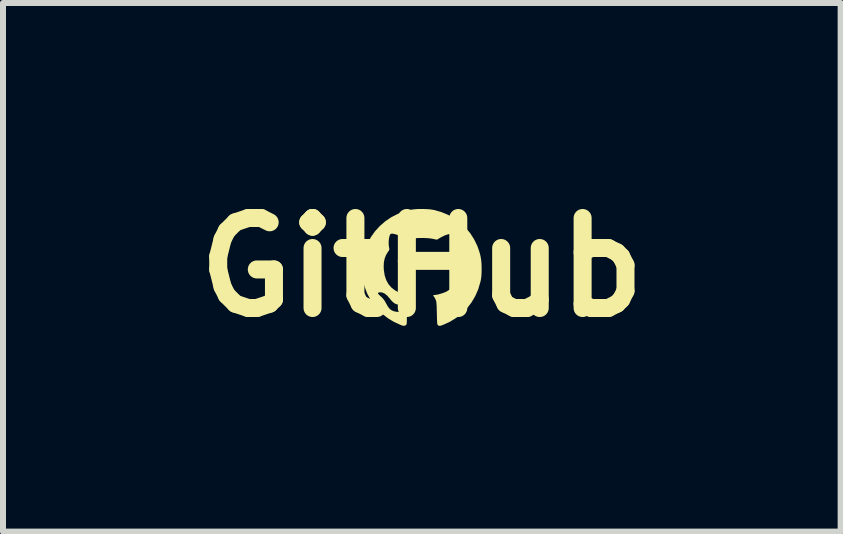
<source format=kicad_pcb>
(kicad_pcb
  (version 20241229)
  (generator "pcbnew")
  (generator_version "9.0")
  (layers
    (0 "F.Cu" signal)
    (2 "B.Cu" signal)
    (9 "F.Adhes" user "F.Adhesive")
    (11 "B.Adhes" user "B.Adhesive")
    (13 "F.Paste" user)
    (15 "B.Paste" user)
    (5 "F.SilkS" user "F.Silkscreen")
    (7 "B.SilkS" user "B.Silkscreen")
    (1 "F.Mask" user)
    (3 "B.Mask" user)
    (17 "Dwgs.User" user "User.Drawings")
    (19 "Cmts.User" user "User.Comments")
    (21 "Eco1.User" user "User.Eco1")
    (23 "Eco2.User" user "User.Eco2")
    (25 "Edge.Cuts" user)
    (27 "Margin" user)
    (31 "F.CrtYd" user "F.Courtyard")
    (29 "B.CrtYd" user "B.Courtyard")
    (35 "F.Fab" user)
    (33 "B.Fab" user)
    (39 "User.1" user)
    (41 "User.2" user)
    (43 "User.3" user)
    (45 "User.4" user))
  (footprint "GitHub"
    (layer "F.Cu")
    (at 3.979 1.404)
    (property "Reference" "GitHub" (at 0 0 0) (layer "F.SilkS") (effects (font (size 1.5 1.5) (thickness 0.3))))
    (attr board_only exclude_from_pos_files exclude_from_bom)
    (fp_poly (pts (xy 0.075 -0.97) (xy 0.145 -0.965) (xy 0.203 -0.955) (xy 0.324 -0.921) (xy 0.438 -0.874) (xy 0.544 -0.814) (xy 0.641 -0.742) (xy 0.728 -0.66) (xy 0.806 -0.568) (xy 0.871 -0.466) (xy 0.924 -0.357) (xy 0.951 -0.281) (xy 0.969 -0.222) (xy 0.981 -0.169) (xy 0.989 -0.116) (xy 0.994 -0.058) (xy 0.996 0.008) (xy 0.996 0.035) (xy 0.995 0.088) (xy 0.993 0.13) (xy 0.99 0.165) (xy 0.985 0.198) (xy 0.978 0.235) (xy 0.974 0.248) (xy 0.939 0.368) (xy 0.889 0.481) (xy 0.827 0.586) (xy 0.753 0.682) (xy 0.667 0.768) (xy 0.571 0.844) (xy 0.464 0.909) (xy 0.356 0.958) (xy 0.324 0.97) (xy 0.302 0.975) (xy 0.286 0.974) (xy 0.272 0.968) (xy 0.269 0.966) (xy 0.264 0.961) (xy 0.261 0.954) (xy 0.258 0.943) (xy 0.255 0.926) (xy 0.254 0.901) (xy 0.252 0.865) (xy 0.251 0.818) (xy 0.25 0.764) (xy 0.248 0.704) (xy 0.247 0.658) (xy 0.245 0.622) (xy 0.243 0.595) (xy 0.241 0.575) (xy 0.237 0.559) (xy 0.232 0.545) (xy 0.227 0.533) (xy 0.215 0.509) (xy 0.204 0.491) (xy 0.198 0.484) (xy 0.188 0.471) (xy 0.193 0.464) (xy 0.212 0.461) (xy 0.213 0.461) (xy 0.246 0.457) (xy 0.288 0.448) (xy 0.334 0.434) (xy 0.379 0.418) (xy 0.416 0.401) (xy 0.481 0.359) (xy 0.535 0.31) (xy 0.576 0.251) (xy 0.606 0.183) (xy 0.626 0.104) (xy 0.634 0.014) (xy 0.635 -0.012) (xy 0.632 -0.077) (xy 0.624 -0.131) (xy 0.609 -0.18) (xy 0.584 -0.227) (xy 0.561 -0.263) (xy 0.547 -0.283) (xy 0.542 -0.298) (xy 0.542 -0.314) (xy 0.547 -0.336) (xy 0.552 -0.375) (xy 0.553 -0.421) (xy 0.549 -0.469) (xy 0.542 -0.511) (xy 0.537 -0.527) (xy 0.526 -0.559) (xy 0.483 -0.558) (xy 0.436 -0.55) (xy 0.38 -0.531) (xy 0.315 -0.498) (xy 0.298 -0.488) (xy 0.25 -0.46) (xy 0.186 -0.474) (xy 0.137 -0.482) (xy 0.077 -0.487) (xy 0.012 -0.489) (xy -0.054 -0.488) (xy -0.117 -0.484) (xy -0.17 -0.477) (xy -0.186 -0.474) (xy -0.251 -0.46) (xy -0.297 -0.489) (xy -0.334 -0.508) (xy -0.375 -0.527) (xy -0.416 -0.543) (xy -0.455 -0.554) (xy -0.485 -0.561) (xy -0.499 -0.561) (xy -0.517 -0.558) (xy -0.528 -0.548) (xy -0.537 -0.528) (xy -0.537 -0.527) (xy -0.546 -0.49) (xy -0.552 -0.444) (xy -0.553 -0.396) (xy -0.55 -0.353) (xy -0.547 -0.336) (xy -0.542 -0.312) (xy -0.542 -0.296) (xy -0.548 -0.281) (xy -0.561 -0.263) (xy -0.596 -0.206) (xy -0.62 -0.146) (xy -0.633 -0.082) (xy -0.636 -0.011) (xy -0.633 0.048) (xy -0.619 0.136) (xy -0.594 0.212) (xy -0.558 0.278) (xy -0.511 0.334) (xy -0.453 0.38) (xy -0.404 0.407) (xy -0.352 0.428) (xy -0.297 0.445) (xy -0.273 0.451) (xy -0.242 0.457) (xy -0.216 0.462) (xy -0.199 0.465) (xy -0.197 0.466) (xy -0.193 0.472) (xy -0.2 0.486) (xy -0.206 0.494) (xy -0.22 0.518) (xy -0.233 0.547) (xy -0.236 0.558) (xy -0.245 0.583) (xy -0.26 0.6) (xy -0.283 0.612) (xy -0.317 0.619) (xy -0.351 0.622) (xy -0.395 0.622) (xy -0.433 0.612) (xy -0.469 0.591) (xy -0.505 0.557) (xy -0.535 0.52) (xy -0.578 0.471) (xy -0.62 0.437) (xy -0.662 0.419) (xy -0.698 0.416) (xy -0.722 0.42) (xy -0.731 0.429) (xy -0.726 0.444) (xy -0.71 0.461) (xy -0.675 0.494) (xy -0.649 0.52) (xy -0.63 0.543) (xy -0.614 0.568) (xy -0.598 0.597) (xy -0.592 0.608) (xy -0.566 0.654) (xy -0.539 0.689) (xy -0.508 0.714) (xy -0.471 0.731) (xy -0.424 0.741) (xy -0.366 0.745) (xy -0.338 0.745) (xy -0.25 0.746) (xy -0.25 0.849) (xy -0.25 0.891) (xy -0.251 0.92) (xy -0.253 0.94) (xy -0.256 0.952) (xy -0.261 0.959) (xy -0.267 0.964) (xy -0.284 0.973) (xy -0.303 0.975) (xy -0.328 0.97) (xy -0.359 0.958) (xy -0.467 0.908) (xy -0.562 0.851) (xy -0.648 0.785) (xy -0.694 0.743) (xy -0.78 0.648) (xy -0.852 0.546) (xy -0.911 0.437) (xy -0.955 0.321) (xy -0.974 0.248) (xy -0.983 0.21) (xy -0.989 0.176) (xy -0.992 0.142) (xy -0.994 0.103) (xy -0.995 0.054) (xy -0.996 0.035) (xy -0.995 -0.036) (xy -0.991 -0.096) (xy -0.984 -0.15) (xy -0.974 -0.203) (xy -0.958 -0.259) (xy -0.951 -0.281) (xy -0.907 -0.396) (xy -0.85 -0.502) (xy -0.78 -0.601) (xy -0.699 -0.689) (xy -0.608 -0.768) (xy -0.508 -0.836) (xy -0.399 -0.891) (xy -0.283 -0.934) (xy -0.203 -0.955) (xy -0.144 -0.965) (xy -0.074 -0.971) (xy 0.001 -0.972)) (stroke (width 0) (type solid)) (fill yes) (layer "F.SilkS")))
  (gr_rect
    (start -3 -3)
    (end 10.957 5.808)
    (stroke (width 0.1) (type default))
    (fill no)
    (layer "Edge.Cuts")))
</source>
